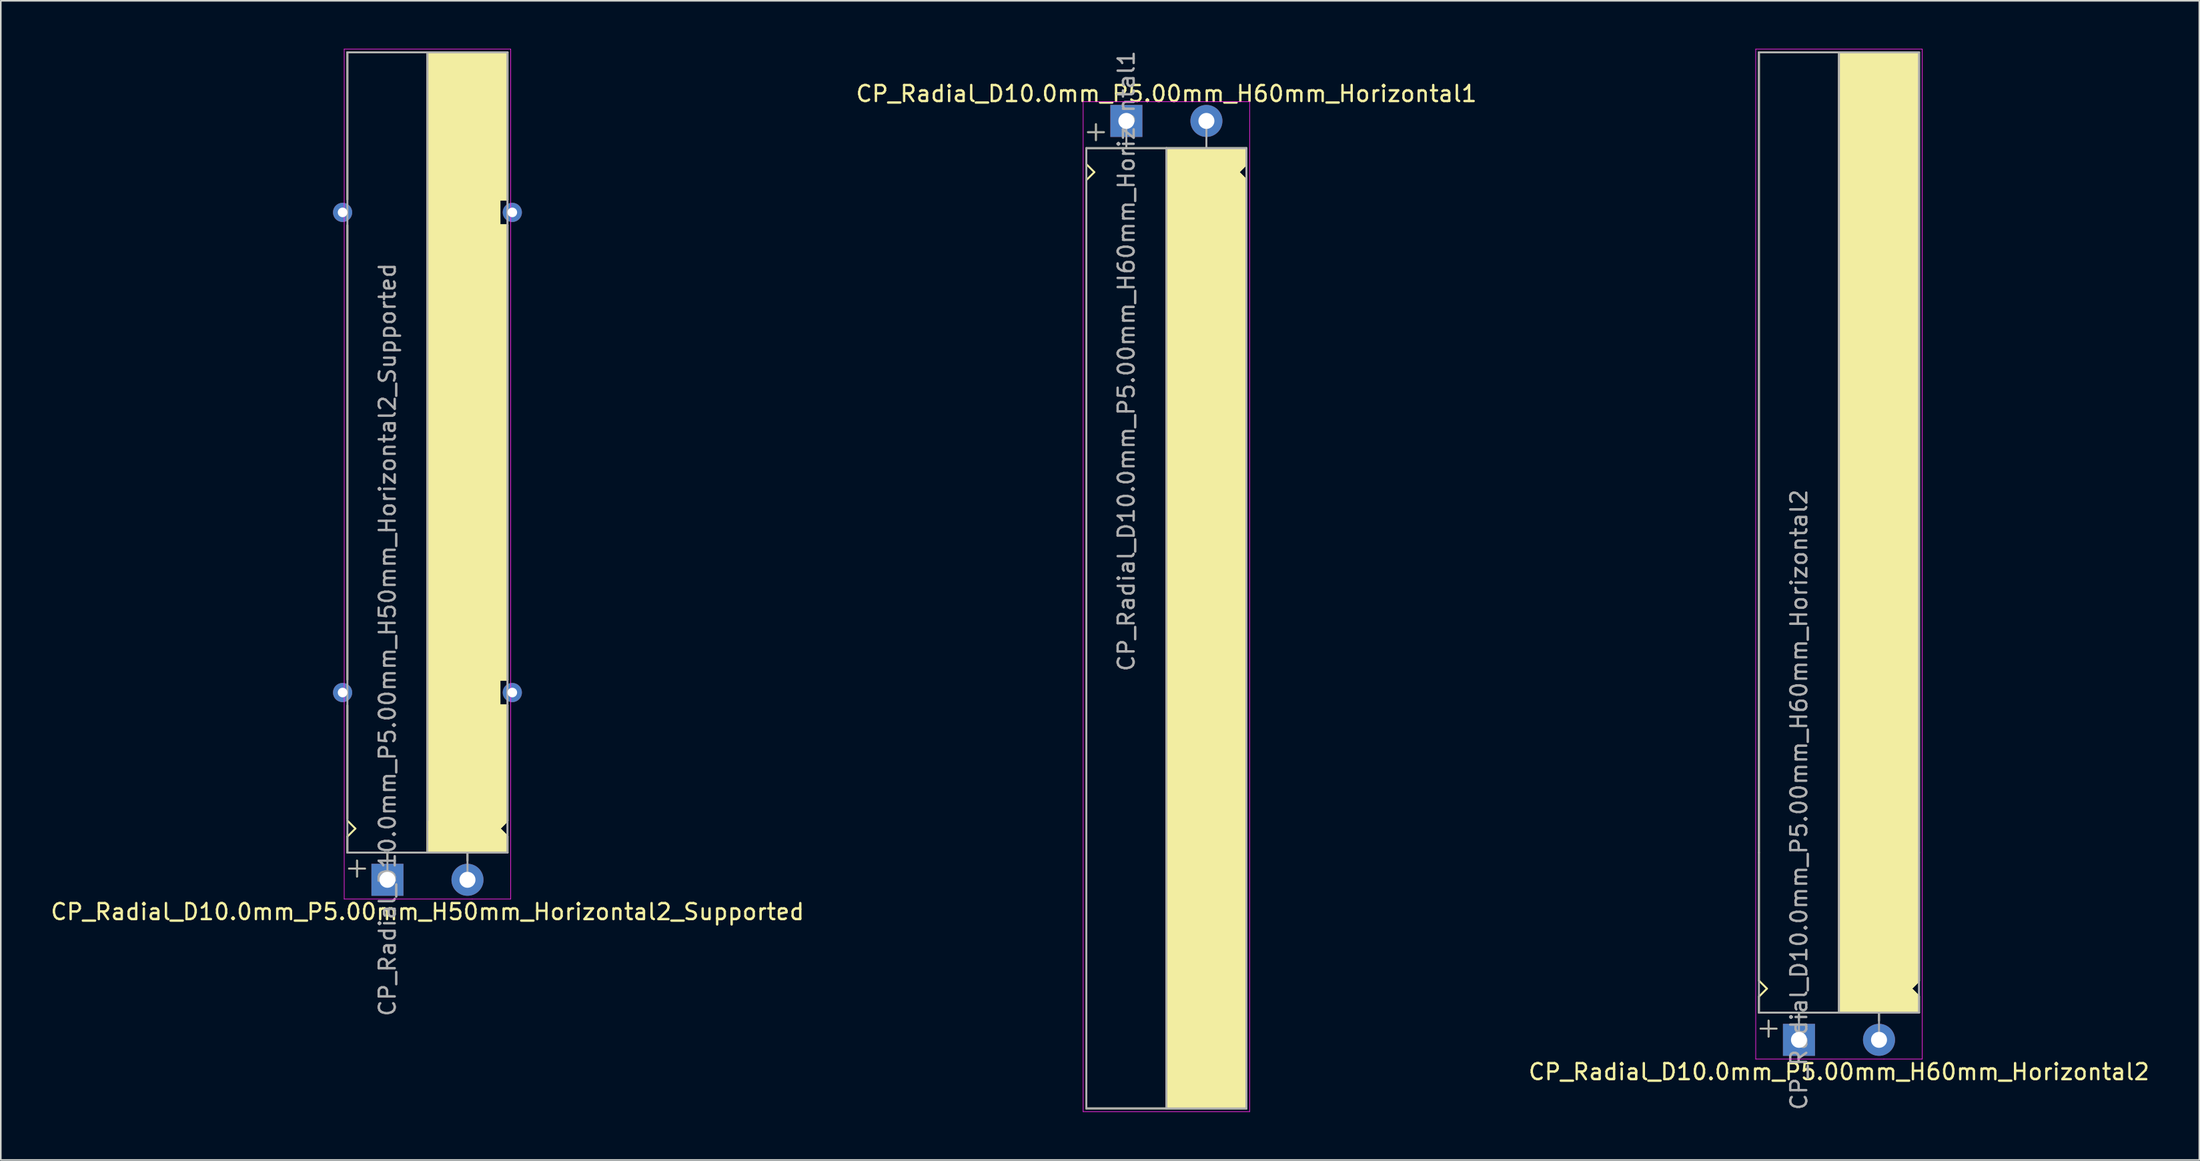
<source format=kicad_pcb>
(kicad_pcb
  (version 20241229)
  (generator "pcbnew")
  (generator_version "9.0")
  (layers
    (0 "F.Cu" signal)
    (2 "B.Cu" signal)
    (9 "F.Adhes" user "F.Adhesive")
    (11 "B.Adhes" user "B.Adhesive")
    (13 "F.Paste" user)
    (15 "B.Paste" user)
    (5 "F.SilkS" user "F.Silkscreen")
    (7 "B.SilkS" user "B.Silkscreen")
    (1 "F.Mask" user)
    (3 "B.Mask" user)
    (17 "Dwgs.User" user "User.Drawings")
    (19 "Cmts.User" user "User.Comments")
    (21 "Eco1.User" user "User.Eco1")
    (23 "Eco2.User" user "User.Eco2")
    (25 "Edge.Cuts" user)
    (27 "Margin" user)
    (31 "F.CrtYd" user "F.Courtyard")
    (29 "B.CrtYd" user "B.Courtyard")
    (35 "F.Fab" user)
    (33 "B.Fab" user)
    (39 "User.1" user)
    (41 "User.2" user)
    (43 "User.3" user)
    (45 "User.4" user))
  (footprint "CP_Radial_D10.0mm_P5.00mm_H60mm_Horizontal1"
    (layer "F.Cu")
    (at 67.304 4.506)
    (property "Reference" "CP_Radial_D10.0mm_P5.00mm_H60mm_Horizontal1" (at 2.5 -1.7 0) (layer "F.SilkS") (effects (font (size 1 1) (thickness 0.15))))
    (attr through_hole)
    (fp_line (start -2.5 1.7) (end -2.5 2.7) (stroke (width 0.12) (type solid)) (layer "F.SilkS"))
    (fp_line (start -2.5 2.7) (end -2 3.2) (stroke (width 0.12) (type solid)) (layer "F.SilkS"))
    (fp_line (start -2.5 3.7) (end -2.5 11.7) (stroke (width 0.12) (type solid)) (layer "F.SilkS"))
    (fp_line (start -2.5 11.7) (end -2.5 61.7) (stroke (width 0.12) (type solid)) (layer "F.SilkS"))
    (fp_line (start -2.5 61.7) (end 7.5 61.7) (stroke (width 0.12) (type solid)) (layer "F.SilkS"))
    (fp_line (start -2 3.2) (end -2.5 3.7) (stroke (width 0.12) (type solid)) (layer "F.SilkS"))
    (fp_line (start -1.9 0.2) (end -1.9 1.2) (stroke (width 0.12) (type solid)) (layer "F.SilkS"))
    (fp_line (start -1.4 0.7) (end -2.4 0.7) (stroke (width 0.12) (type solid)) (layer "F.SilkS"))
    (fp_line (start 0 1.7) (end 0 1.2) (stroke (width 0.12) (type solid)) (layer "F.SilkS"))
    (fp_line (start 2.5 1.7) (end -2.5 1.7) (stroke (width 0.12) (type solid)) (layer "F.SilkS"))
    (fp_line (start 2.5 61.7) (end 2.5 1.7) (stroke (width 0.12) (type solid)) (layer "F.SilkS"))
    (fp_line (start 5 1.7) (end 5 1.2) (stroke (width 0.12) (type solid)) (layer "F.SilkS"))
    (fp_line (start 7 3.2) (end 7.5 3.7) (stroke (width 0.12) (type solid)) (layer "F.SilkS"))
    (fp_line (start 7.5 1.7) (end 2.5 1.7) (stroke (width 0.12) (type solid)) (layer "F.SilkS"))
    (fp_line (start 7.5 1.7) (end 7.5 2.7) (stroke (width 0.12) (type solid)) (layer "F.SilkS"))
    (fp_line (start 7.5 2.7) (end 7 3.2) (stroke (width 0.12) (type solid)) (layer "F.SilkS"))
    (fp_line (start 7.5 3.7) (end 7.5 11.7) (stroke (width 0.12) (type solid)) (layer "F.SilkS"))
    (fp_line (start 7.5 11.7) (end 7.5 61.7) (stroke (width 0.12) (type solid)) (layer "F.SilkS"))
    (fp_poly (pts (xy 7.5 2.7) (xy 7 3.2) (xy 7.5 3.7) (xy 7.5 61.7) (xy 2.5 61.7) (xy 2.5 1.7) (xy 7.5 1.7)) (stroke (width 0.1) (type solid)) (fill yes) (layer "F.SilkS"))
    (fp_line (start -2.7 -1.2) (end 5.3 -1.2) (stroke (width 0.04) (type solid)) (layer "F.CrtYd"))
    (fp_line (start -2.7 61.9) (end -2.7 -1.2) (stroke (width 0.04) (type solid)) (layer "F.CrtYd"))
    (fp_line (start 5.3 -1.2) (end 7.7 -1.2) (stroke (width 0.04) (type solid)) (layer "F.CrtYd"))
    (fp_line (start 7.7 -1.2) (end 7.7 61.9) (stroke (width 0.04) (type solid)) (layer "F.CrtYd"))
    (fp_line (start 7.7 61.9) (end -2.7 61.9) (stroke (width 0.04) (type solid)) (layer "F.CrtYd"))
    (fp_line (start -2.5 1.7) (end -2.5 61.7) (stroke (width 0.12) (type solid)) (layer "F.Fab"))
    (fp_line (start -2.5 61.7) (end 7.5 61.7) (stroke (width 0.12) (type solid)) (layer "F.Fab"))
    (fp_line (start -2.4 0.7) (end -1.4 0.7) (stroke (width 0.1) (type solid)) (layer "F.Fab"))
    (fp_line (start -1.9 1.2) (end -1.9 0.2) (stroke (width 0.1) (type solid)) (layer "F.Fab"))
    (fp_line (start 0 1.7) (end 0 0) (stroke (width 0.12) (type solid)) (layer "F.Fab"))
    (fp_line (start 2.5 1.7) (end 2.5 61.7) (stroke (width 0.12) (type solid)) (layer "F.Fab"))
    (fp_line (start 5 1.7) (end 5 0) (stroke (width 0.12) (type solid)) (layer "F.Fab"))
    (fp_line (start 7.5 1.7) (end -2.5 1.7) (stroke (width 0.12) (type solid)) (layer "F.Fab"))
    (fp_line (start 7.5 61.7) (end 7.5 1.7) (stroke (width 0.12) (type solid)) (layer "F.Fab"))
    (fp_poly (pts (xy 7.5 61.7) (xy 2.5 61.7) (xy 2.5 1.7) (xy 7.5 1.7)) (stroke (width 0.1) (type solid)) (fill no) (layer "F.Fab"))
    (fp_text user "${REFERENCE}" (at 0 15 90) (layer "F.Fab") (effects (font (size 1 1) (thickness 0.15))))
    (pad "1" thru_hole rect (at 0 0) (size 2 2) (drill 1) (layers "*.Cu" "*.Mask"))
    (pad "2" thru_hole circle (at 5 0) (size 2 2) (drill 1) (layers "*.Cu" "*.Mask")))
  (footprint "CP_Radial_D10.0mm_P5.00mm_H50mm_Horizontal2_Supported"
    (layer "F.Cu")
    (at 21.149 51.92)
    (property "Reference" "CP_Radial_D10.0mm_P5.00mm_H50mm_Horizontal2_Supported" (at 2.5 2 0) (layer "F.SilkS") (effects (font (size 1 1) (thickness 0.15))))
    (attr through_hole)
    (fp_line (start -2.5 -51.7) (end 7.5 -51.7) (stroke (width 0.12) (type solid)) (layer "F.SilkS"))
    (fp_line (start -2.5 -42.5) (end -2.5 -51.7) (stroke (width 0.12) (type solid)) (layer "F.SilkS"))
    (fp_line (start -2.5 -12.5) (end -2.5 -40.9) (stroke (width 0.12) (type solid)) (layer "F.SilkS"))
    (fp_line (start -2.5 -3.8) (end -2.5 -10.9) (stroke (width 0.12) (type solid)) (layer "F.SilkS"))
    (fp_line (start -2.5 -2.7) (end -2 -3.2) (stroke (width 0.12) (type solid)) (layer "F.SilkS"))
    (fp_line (start -2.5 -1.7) (end -2.5 -2.7) (stroke (width 0.12) (type solid)) (layer "F.SilkS"))
    (fp_line (start -2 -3.2) (end -2.5 -3.7) (stroke (width 0.12) (type solid)) (layer "F.SilkS"))
    (fp_line (start -1.9 -1.2) (end -1.9 -0.2) (stroke (width 0.12) (type solid)) (layer "F.SilkS"))
    (fp_line (start -1.4 -0.7) (end -2.4 -0.7) (stroke (width 0.12) (type solid)) (layer "F.SilkS"))
    (fp_line (start 0 -1.7) (end 0 -1.2) (stroke (width 0.12) (type solid)) (layer "F.SilkS"))
    (fp_line (start 2.5 -51.7) (end 2.5 -1.7) (stroke (width 0.12) (type solid)) (layer "F.SilkS"))
    (fp_line (start 2.5 -1.7) (end -2.5 -1.7) (stroke (width 0.12) (type solid)) (layer "F.SilkS"))
    (fp_line (start 5 -1.7) (end 5 -1.2) (stroke (width 0.12) (type solid)) (layer "F.SilkS"))
    (fp_line (start 7 -42.5) (end 7.5 -42.5) (stroke (width 0.12) (type solid)) (layer "F.SilkS"))
    (fp_line (start 7 -40.9) (end 7 -42.5) (stroke (width 0.12) (type solid)) (layer "F.SilkS"))
    (fp_line (start 7 -12.5) (end 7.5 -12.5) (stroke (width 0.12) (type solid)) (layer "F.SilkS"))
    (fp_line (start 7 -10.9) (end 7 -12.5) (stroke (width 0.12) (type solid)) (layer "F.SilkS"))
    (fp_line (start 7 -3.2) (end 7.5 -3.7) (stroke (width 0.12) (type solid)) (layer "F.SilkS"))
    (fp_line (start 7.5 -42.5) (end 7.5 -51.7) (stroke (width 0.12) (type solid)) (layer "F.SilkS"))
    (fp_line (start 7.5 -40.9) (end 7 -40.9) (stroke (width 0.12) (type solid)) (layer "F.SilkS"))
    (fp_line (start 7.5 -12.5) (end 7.5 -40.9) (stroke (width 0.12) (type solid)) (layer "F.SilkS"))
    (fp_line (start 7.5 -10.9) (end 7 -10.9) (stroke (width 0.12) (type solid)) (layer "F.SilkS"))
    (fp_line (start 7.5 -3.7) (end 7.5 -10.9) (stroke (width 0.12) (type solid)) (layer "F.SilkS"))
    (fp_line (start 7.5 -2.7) (end 7 -3.2) (stroke (width 0.12) (type solid)) (layer "F.SilkS"))
    (fp_line (start 7.5 -1.7) (end 2.5 -1.7) (stroke (width 0.12) (type solid)) (layer "F.SilkS"))
    (fp_line (start 7.5 -1.7) (end 7.5 -2.7) (stroke (width 0.12) (type solid)) (layer "F.SilkS"))
    (fp_poly (pts (xy 7.5 -2.7) (xy 7 -3.2) (xy 7.5 -3.7) (xy 7.5 -10.9) (xy 7 -10.9) (xy 7 -12.5) (xy 7.5 -12.5) (xy 7.5 -40.9) (xy 7 -40.9) (xy 7 -42.5) (xy 7.5 -42.5) (xy 7.5 -51.7) (xy 2.5 -51.7) (xy 2.5 -1.7) (xy 7.5 -1.7)) (stroke (width 0.1) (type solid)) (fill yes) (layer "F.SilkS"))
    (fp_line (start -2.7 -51.9) (end -2.7 1.2) (stroke (width 0.04) (type solid)) (layer "F.CrtYd"))
    (fp_line (start -2.7 1.2) (end 5.3 1.2) (stroke (width 0.04) (type solid)) (layer "F.CrtYd"))
    (fp_line (start 5.3 1.2) (end 7.7 1.2) (stroke (width 0.04) (type solid)) (layer "F.CrtYd"))
    (fp_line (start 7.7 -51.9) (end -2.7 -51.9) (stroke (width 0.04) (type solid)) (layer "F.CrtYd"))
    (fp_line (start 7.7 1.2) (end 7.7 -51.9) (stroke (width 0.04) (type solid)) (layer "F.CrtYd"))
    (fp_line (start -2.5 -51.7) (end 7.5 -51.7) (stroke (width 0.12) (type solid)) (layer "F.Fab"))
    (fp_line (start -2.5 -1.7) (end -2.5 -51.7) (stroke (width 0.12) (type solid)) (layer "F.Fab"))
    (fp_line (start -2.4 -0.7) (end -1.4 -0.7) (stroke (width 0.1) (type solid)) (layer "F.Fab"))
    (fp_line (start -1.9 -0.2) (end -1.9 -1.2) (stroke (width 0.1) (type solid)) (layer "F.Fab"))
    (fp_line (start 0 -1.7) (end 0 0) (stroke (width 0.12) (type solid)) (layer "F.Fab"))
    (fp_line (start 2.5 -3.7) (end 2.5 -51.7) (stroke (width 0.12) (type solid)) (layer "F.Fab"))
    (fp_line (start 5 -1.7) (end 5 0) (stroke (width 0.12) (type solid)) (layer "F.Fab"))
    (fp_line (start 7.5 -51.7) (end 7.5 -1.7) (stroke (width 0.12) (type solid)) (layer "F.Fab"))
    (fp_line (start 7.5 -1.7) (end -2.5 -1.7) (stroke (width 0.12) (type solid)) (layer "F.Fab"))
    (fp_poly (pts (xy 7.5 -51.7) (xy 2.5 -51.7) (xy 2.5 -1.7) (xy 7.5 -1.7)) (stroke (width 0.1) (type solid)) (fill no) (layer "F.Fab"))
    (fp_text user "${REFERENCE}" (at 0 -15 90) (layer "F.Fab") (effects (font (size 1 1) (thickness 0.15))))
    (pad "" thru_hole circle (at -2.8 -41.7 180) (size 1.2 1.2) (drill 0.6) (layers "*.Cu" "*.Mask"))
    (pad "" thru_hole circle (at -2.8 -11.7) (size 1.2 1.2) (drill 0.6) (layers "*.Cu" "*.Mask"))
    (pad "" thru_hole circle (at 7.8 -41.7 180) (size 1.2 1.2) (drill 0.6) (layers "*.Cu" "*.Mask"))
    (pad "" thru_hole circle (at 7.8 -11.7 180) (size 1.2 1.2) (drill 0.6) (layers "*.Cu" "*.Mask"))
    (pad "1" thru_hole rect (at 0 0) (size 2 2) (drill 1) (layers "*.Cu" "*.Mask"))
    (pad "2" thru_hole circle (at 5 0) (size 2 2) (drill 1) (layers "*.Cu" "*.Mask")))
  (footprint "CP_Radial_D10.0mm_P5.00mm_H60mm_Horizontal2"
    (layer "F.Cu")
    (at 109.315 61.92)
    (property "Reference" "CP_Radial_D10.0mm_P5.00mm_H60mm_Horizontal2" (at 2.5 2 0) (layer "F.SilkS") (effects (font (size 1 1) (thickness 0.15))))
    (attr through_hole)
    (fp_line (start -2.5 -61.7) (end 7.5 -61.7) (stroke (width 0.12) (type solid)) (layer "F.SilkS"))
    (fp_line (start -2.5 -11.7) (end -2.5 -61.7) (stroke (width 0.12) (type solid)) (layer "F.SilkS"))
    (fp_line (start -2.5 -3.7) (end -2.5 -11.7) (stroke (width 0.12) (type solid)) (layer "F.SilkS"))
    (fp_line (start -2.5 -2.7) (end -2 -3.2) (stroke (width 0.12) (type solid)) (layer "F.SilkS"))
    (fp_line (start -2.5 -1.7) (end -2.5 -2.7) (stroke (width 0.12) (type solid)) (layer "F.SilkS"))
    (fp_line (start -2 -3.2) (end -2.5 -3.7) (stroke (width 0.12) (type solid)) (layer "F.SilkS"))
    (fp_line (start -1.9 -1.2) (end -1.9 -0.2) (stroke (width 0.12) (type solid)) (layer "F.SilkS"))
    (fp_line (start -1.4 -0.7) (end -2.4 -0.7) (stroke (width 0.12) (type solid)) (layer "F.SilkS"))
    (fp_line (start 0 -1.7) (end 0 -1.2) (stroke (width 0.12) (type solid)) (layer "F.SilkS"))
    (fp_line (start 2.5 -61.7) (end 2.5 -1.7) (stroke (width 0.12) (type solid)) (layer "F.SilkS"))
    (fp_line (start 2.5 -1.7) (end -2.5 -1.7) (stroke (width 0.12) (type solid)) (layer "F.SilkS"))
    (fp_line (start 5 -1.7) (end 5 -1.2) (stroke (width 0.12) (type solid)) (layer "F.SilkS"))
    (fp_line (start 7 -3.2) (end 7.5 -3.7) (stroke (width 0.12) (type solid)) (layer "F.SilkS"))
    (fp_line (start 7.5 -11.7) (end 7.5 -61.7) (stroke (width 0.12) (type solid)) (layer "F.SilkS"))
    (fp_line (start 7.5 -3.7) (end 7.5 -11.7) (stroke (width 0.12) (type solid)) (layer "F.SilkS"))
    (fp_line (start 7.5 -2.7) (end 7 -3.2) (stroke (width 0.12) (type solid)) (layer "F.SilkS"))
    (fp_line (start 7.5 -1.7) (end 2.5 -1.7) (stroke (width 0.12) (type solid)) (layer "F.SilkS"))
    (fp_line (start 7.5 -1.7) (end 7.5 -2.7) (stroke (width 0.12) (type solid)) (layer "F.SilkS"))
    (fp_poly (pts (xy 7.5 -2.7) (xy 7 -3.2) (xy 7.5 -3.7) (xy 7.5 -61.7) (xy 2.5 -61.7) (xy 2.5 -1.7) (xy 7.5 -1.7)) (stroke (width 0.1) (type solid)) (fill yes) (layer "F.SilkS"))
    (fp_line (start -2.7 -61.9) (end -2.7 1.2) (stroke (width 0.04) (type solid)) (layer "F.CrtYd"))
    (fp_line (start -2.7 1.2) (end 5.3 1.2) (stroke (width 0.04) (type solid)) (layer "F.CrtYd"))
    (fp_line (start 5.3 1.2) (end 7.7 1.2) (stroke (width 0.04) (type solid)) (layer "F.CrtYd"))
    (fp_line (start 7.7 -61.9) (end -2.7 -61.9) (stroke (width 0.04) (type solid)) (layer "F.CrtYd"))
    (fp_line (start 7.7 1.2) (end 7.7 -61.9) (stroke (width 0.04) (type solid)) (layer "F.CrtYd"))
    (fp_line (start -2.5 -61.7) (end 7.5 -61.7) (stroke (width 0.12) (type solid)) (layer "F.Fab"))
    (fp_line (start -2.5 -1.7) (end -2.5 -61.7) (stroke (width 0.12) (type solid)) (layer "F.Fab"))
    (fp_line (start -2.4 -0.7) (end -1.4 -0.7) (stroke (width 0.1) (type solid)) (layer "F.Fab"))
    (fp_line (start -1.9 -0.2) (end -1.9 -1.2) (stroke (width 0.1) (type solid)) (layer "F.Fab"))
    (fp_line (start 0 -1.7) (end 0 0) (stroke (width 0.12) (type solid)) (layer "F.Fab"))
    (fp_line (start 2.5 -1.7) (end 2.5 -61.7) (stroke (width 0.12) (type solid)) (layer "F.Fab"))
    (fp_line (start 5 -1.7) (end 5 0) (stroke (width 0.12) (type solid)) (layer "F.Fab"))
    (fp_line (start 7.5 -61.7) (end 7.5 -1.7) (stroke (width 0.12) (type solid)) (layer "F.Fab"))
    (fp_line (start 7.5 -1.7) (end -2.5 -1.7) (stroke (width 0.12) (type solid)) (layer "F.Fab"))
    (fp_poly (pts (xy 7.5 -61.7) (xy 2.5 -61.7) (xy 2.5 -1.7) (xy 7.5 -1.7)) (stroke (width 0.1) (type solid)) (fill no) (layer "F.Fab"))
    (fp_text user "${REFERENCE}" (at 0 -15 90) (layer "F.Fab") (effects (font (size 1 1) (thickness 0.15))))
    (pad "1" thru_hole rect (at 0 0) (size 2 2) (drill 1) (layers "*.Cu" "*.Mask"))
    (pad "2" thru_hole circle (at 5 0) (size 2 2) (drill 1) (layers "*.Cu" "*.Mask")))
  (gr_rect
    (start -3 -3)
    (end 134.321 69.426)
    (stroke (width 0.1) (type default))
    (fill no)
    (layer "Edge.Cuts")))
</source>
